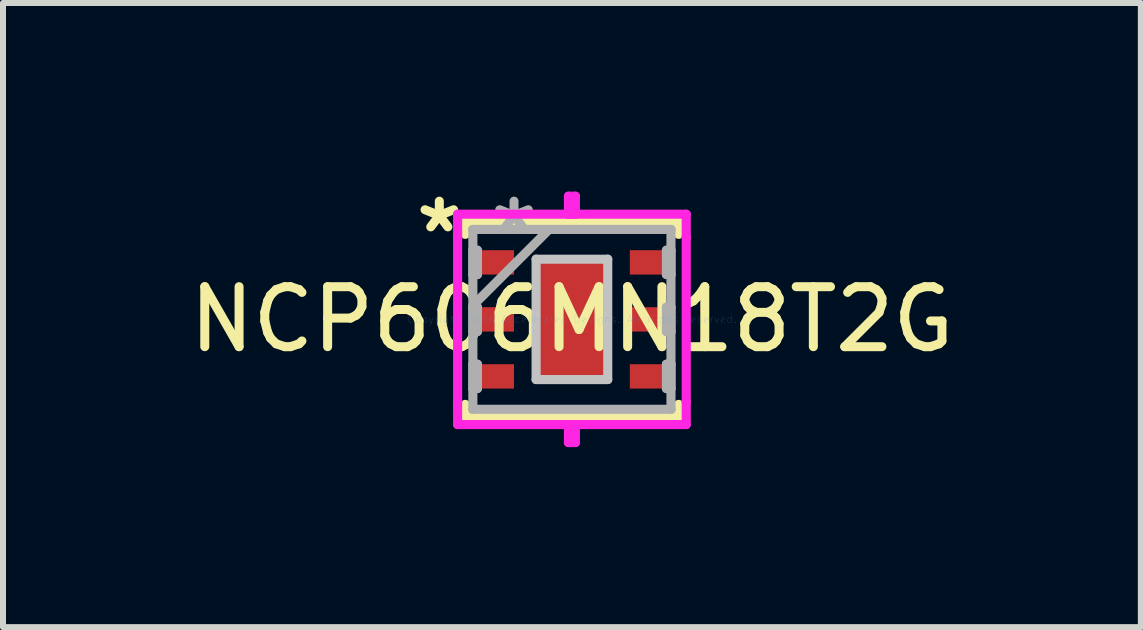
<source format=kicad_pcb>
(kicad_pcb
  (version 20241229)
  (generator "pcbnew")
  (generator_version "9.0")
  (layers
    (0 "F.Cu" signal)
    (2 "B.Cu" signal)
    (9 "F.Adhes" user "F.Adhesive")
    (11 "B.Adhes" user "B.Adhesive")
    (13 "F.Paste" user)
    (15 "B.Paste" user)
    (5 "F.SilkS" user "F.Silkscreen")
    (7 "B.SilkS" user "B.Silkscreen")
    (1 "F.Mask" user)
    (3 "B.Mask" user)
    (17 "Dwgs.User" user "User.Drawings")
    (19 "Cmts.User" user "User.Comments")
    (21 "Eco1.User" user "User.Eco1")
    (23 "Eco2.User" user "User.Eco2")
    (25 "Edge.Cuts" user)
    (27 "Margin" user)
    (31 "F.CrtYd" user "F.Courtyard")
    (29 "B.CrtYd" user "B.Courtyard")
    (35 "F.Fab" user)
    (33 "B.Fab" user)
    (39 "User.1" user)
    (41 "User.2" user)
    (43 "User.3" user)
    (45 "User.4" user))
  (footprint "NCP606MN18T2G"
    (layer "F.Cu")
    (at 6.482 2.273)
    (property "Reference" "NCP606MN18T2G" (at 0 0 0) (layer "F.SilkS") (effects (font (size 1 1) (thickness 0.15))))
    (attr through_hole)
    (fp_line (start -1.778 -1.626) (end -1.778 -1.417) (stroke (width 0.152) (type solid)) (layer "F.SilkS"))
    (fp_line (start -1.778 1.417) (end -1.778 1.626) (stroke (width 0.152) (type solid)) (layer "F.SilkS"))
    (fp_line (start -1.778 1.626) (end 1.778 1.626) (stroke (width 0.152) (type solid)) (layer "F.SilkS"))
    (fp_line (start 1.778 -1.626) (end -1.778 -1.626) (stroke (width 0.152) (type solid)) (layer "F.SilkS"))
    (fp_line (start 1.778 -1.417) (end 1.778 -1.626) (stroke (width 0.152) (type solid)) (layer "F.SilkS"))
    (fp_line (start 1.778 1.626) (end 1.778 1.417) (stroke (width 0.152) (type solid)) (layer "F.SilkS"))
    (fp_line (start -0.597 -1.003) (end -0.597 1.003) (stroke (width 0.152) (type solid)) (layer "Dwgs.User"))
    (fp_line (start -0.597 1.003) (end 0.597 1.003) (stroke (width 0.152) (type solid)) (layer "Dwgs.User"))
    (fp_line (start 0.597 -1.003) (end -0.597 -1.003) (stroke (width 0.152) (type solid)) (layer "Dwgs.User"))
    (fp_line (start 0.597 1.003) (end 0.597 -1.003) (stroke (width 0.152) (type solid)) (layer "Dwgs.User"))
    (fp_line (start -1.905 -1.753) (end 0.058 -1.753) (stroke (width 0.152) (type solid)) (layer "F.CrtYd"))
    (fp_line (start -1.905 -1.367) (end -1.905 -1.753) (stroke (width 0.152) (type solid)) (layer "F.CrtYd"))
    (fp_line (start -1.905 -1.367) (end -1.905 -1.367) (stroke (width 0.152) (type solid)) (layer "F.CrtYd"))
    (fp_line (start -1.905 1.367) (end -1.905 -1.367) (stroke (width 0.152) (type solid)) (layer "F.CrtYd"))
    (fp_line (start -1.905 1.367) (end -1.905 1.367) (stroke (width 0.152) (type solid)) (layer "F.CrtYd"))
    (fp_line (start -1.905 1.753) (end -1.905 1.367) (stroke (width 0.152) (type solid)) (layer "F.CrtYd"))
    (fp_line (start -0.058 -2.053) (end -0.058 -1.753) (stroke (width 0.152) (type solid)) (layer "F.CrtYd"))
    (fp_line (start -0.058 -1.753) (end 1.905 -1.753) (stroke (width 0.152) (type solid)) (layer "F.CrtYd"))
    (fp_line (start -0.058 1.753) (end -0.058 2.053) (stroke (width 0.152) (type solid)) (layer "F.CrtYd"))
    (fp_line (start -0.058 2.053) (end 0.058 2.053) (stroke (width 0.152) (type solid)) (layer "F.CrtYd"))
    (fp_line (start 0.058 -2.053) (end -0.058 -2.053) (stroke (width 0.152) (type solid)) (layer "F.CrtYd"))
    (fp_line (start 0.058 -1.753) (end 0.058 -2.053) (stroke (width 0.152) (type solid)) (layer "F.CrtYd"))
    (fp_line (start 0.058 1.753) (end -1.905 1.753) (stroke (width 0.152) (type solid)) (layer "F.CrtYd"))
    (fp_line (start 0.058 2.053) (end 0.058 1.753) (stroke (width 0.152) (type solid)) (layer "F.CrtYd"))
    (fp_line (start 1.905 -1.753) (end 1.905 -1.367) (stroke (width 0.152) (type solid)) (layer "F.CrtYd"))
    (fp_line (start 1.905 -1.367) (end 1.905 -1.367) (stroke (width 0.152) (type solid)) (layer "F.CrtYd"))
    (fp_line (start 1.905 -1.367) (end 1.905 1.367) (stroke (width 0.152) (type solid)) (layer "F.CrtYd"))
    (fp_line (start 1.905 1.367) (end 1.905 1.367) (stroke (width 0.152) (type solid)) (layer "F.CrtYd"))
    (fp_line (start 1.905 1.367) (end 1.905 1.753) (stroke (width 0.152) (type solid)) (layer "F.CrtYd"))
    (fp_line (start 1.905 1.753) (end -0.058 1.753) (stroke (width 0.152) (type solid)) (layer "F.CrtYd"))
    (fp_line (start -1.651 -1.499) (end -1.651 -1.499) (stroke (width 0.152) (type solid)) (layer "F.Fab"))
    (fp_line (start -1.651 -1.499) (end -1.651 1.499) (stroke (width 0.152) (type solid)) (layer "F.Fab"))
    (fp_line (start -1.651 -1.153) (end -1.575 -1.153) (stroke (width 0.152) (type solid)) (layer "F.Fab"))
    (fp_line (start -1.651 -0.747) (end -1.651 -1.153) (stroke (width 0.152) (type solid)) (layer "F.Fab"))
    (fp_line (start -1.651 -0.229) (end -0.381 -1.499) (stroke (width 0.152) (type solid)) (layer "F.Fab"))
    (fp_line (start -1.651 -0.203) (end -1.575 -0.203) (stroke (width 0.152) (type solid)) (layer "F.Fab"))
    (fp_line (start -1.651 0.203) (end -1.651 -0.203) (stroke (width 0.152) (type solid)) (layer "F.Fab"))
    (fp_line (start -1.651 0.747) (end -1.575 0.747) (stroke (width 0.152) (type solid)) (layer "F.Fab"))
    (fp_line (start -1.651 1.153) (end -1.651 0.747) (stroke (width 0.152) (type solid)) (layer "F.Fab"))
    (fp_line (start -1.651 1.499) (end -1.651 1.499) (stroke (width 0.152) (type solid)) (layer "F.Fab"))
    (fp_line (start -1.651 1.499) (end 1.651 1.499) (stroke (width 0.152) (type solid)) (layer "F.Fab"))
    (fp_line (start -1.575 -1.153) (end -1.575 -0.747) (stroke (width 0.152) (type solid)) (layer "F.Fab"))
    (fp_line (start -1.575 -0.747) (end -1.651 -0.747) (stroke (width 0.152) (type solid)) (layer "F.Fab"))
    (fp_line (start -1.575 -0.203) (end -1.575 0.203) (stroke (width 0.152) (type solid)) (layer "F.Fab"))
    (fp_line (start -1.575 0.203) (end -1.651 0.203) (stroke (width 0.152) (type solid)) (layer "F.Fab"))
    (fp_line (start -1.575 0.747) (end -1.575 1.153) (stroke (width 0.152) (type solid)) (layer "F.Fab"))
    (fp_line (start -1.575 1.153) (end -1.651 1.153) (stroke (width 0.152) (type solid)) (layer "F.Fab"))
    (fp_line (start 1.575 -1.153) (end 1.651 -1.153) (stroke (width 0.152) (type solid)) (layer "F.Fab"))
    (fp_line (start 1.575 -0.747) (end 1.575 -1.153) (stroke (width 0.152) (type solid)) (layer "F.Fab"))
    (fp_line (start 1.575 -0.203) (end 1.651 -0.203) (stroke (width 0.152) (type solid)) (layer "F.Fab"))
    (fp_line (start 1.575 0.203) (end 1.575 -0.203) (stroke (width 0.152) (type solid)) (layer "F.Fab"))
    (fp_line (start 1.575 0.747) (end 1.651 0.747) (stroke (width 0.152) (type solid)) (layer "F.Fab"))
    (fp_line (start 1.575 1.153) (end 1.575 0.747) (stroke (width 0.152) (type solid)) (layer "F.Fab"))
    (fp_line (start 1.651 -1.499) (end -1.651 -1.499) (stroke (width 0.152) (type solid)) (layer "F.Fab"))
    (fp_line (start 1.651 -1.499) (end 1.651 -1.499) (stroke (width 0.152) (type solid)) (layer "F.Fab"))
    (fp_line (start 1.651 -1.153) (end 1.651 -0.747) (stroke (width 0.152) (type solid)) (layer "F.Fab"))
    (fp_line (start 1.651 -0.747) (end 1.575 -0.747) (stroke (width 0.152) (type solid)) (layer "F.Fab"))
    (fp_line (start 1.651 -0.203) (end 1.651 0.203) (stroke (width 0.152) (type solid)) (layer "F.Fab"))
    (fp_line (start 1.651 0.203) (end 1.575 0.203) (stroke (width 0.152) (type solid)) (layer "F.Fab"))
    (fp_line (start 1.651 0.747) (end 1.651 1.153) (stroke (width 0.152) (type solid)) (layer "F.Fab"))
    (fp_line (start 1.651 1.153) (end 1.575 1.153) (stroke (width 0.152) (type solid)) (layer "F.Fab"))
    (fp_line (start 1.651 1.499) (end 1.651 -1.499) (stroke (width 0.152) (type solid)) (layer "F.Fab"))
    (fp_line (start 1.651 1.499) (end 1.651 1.499) (stroke (width 0.152) (type solid)) (layer "F.Fab"))
    (fp_text user "*" (at -2.21 -1.425 0) (layer "F.SilkS") (effects (font (size 1 1) (thickness 0.15))))
    (fp_text user "Copyright 2016 Accelerated Designs. All rights reserved." (at 0 0 0) (layer "Cmts.User") (effects (font (size 0.127 0.127) (thickness 0.002))))
    (fp_text user "*" (at -0.965 -1.425 0) (layer "F.Fab") (effects (font (size 1 1) (thickness 0.15))))
    (pad "1" smd rect (at -1.27 -0.95 90) (size 0.406 0.61) (layers "F.Cu" "F.Mask" "F.Paste"))
    (pad "2" smd rect (at -1.27 0 90) (size 0.406 0.61) (layers "F.Cu" "F.Mask" "F.Paste"))
    (pad "3" smd rect (at -1.27 0.95 90) (size 0.406 0.61) (layers "F.Cu" "F.Mask" "F.Paste"))
    (pad "4" smd rect (at 1.27 0.95 90) (size 0.406 0.61) (layers "F.Cu" "F.Mask" "F.Paste"))
    (pad "5" smd rect (at 1.27 0 90) (size 0.406 0.61) (layers "F.Cu" "F.Mask" "F.Paste"))
    (pad "6" smd rect (at 1.27 -0.95 90) (size 0.406 0.61) (layers "F.Cu" "F.Mask" "F.Paste"))
    (pad "7" smd rect (at 0 0) (size 1.194 2.007) (layers "F.Cu" "F.Mask" "F.Paste")))
  (gr_rect
    (start -3 -3)
    (end 15.964 7.402)
    (stroke (width 0.1) (type default))
    (fill no)
    (layer "Edge.Cuts")))
</source>
